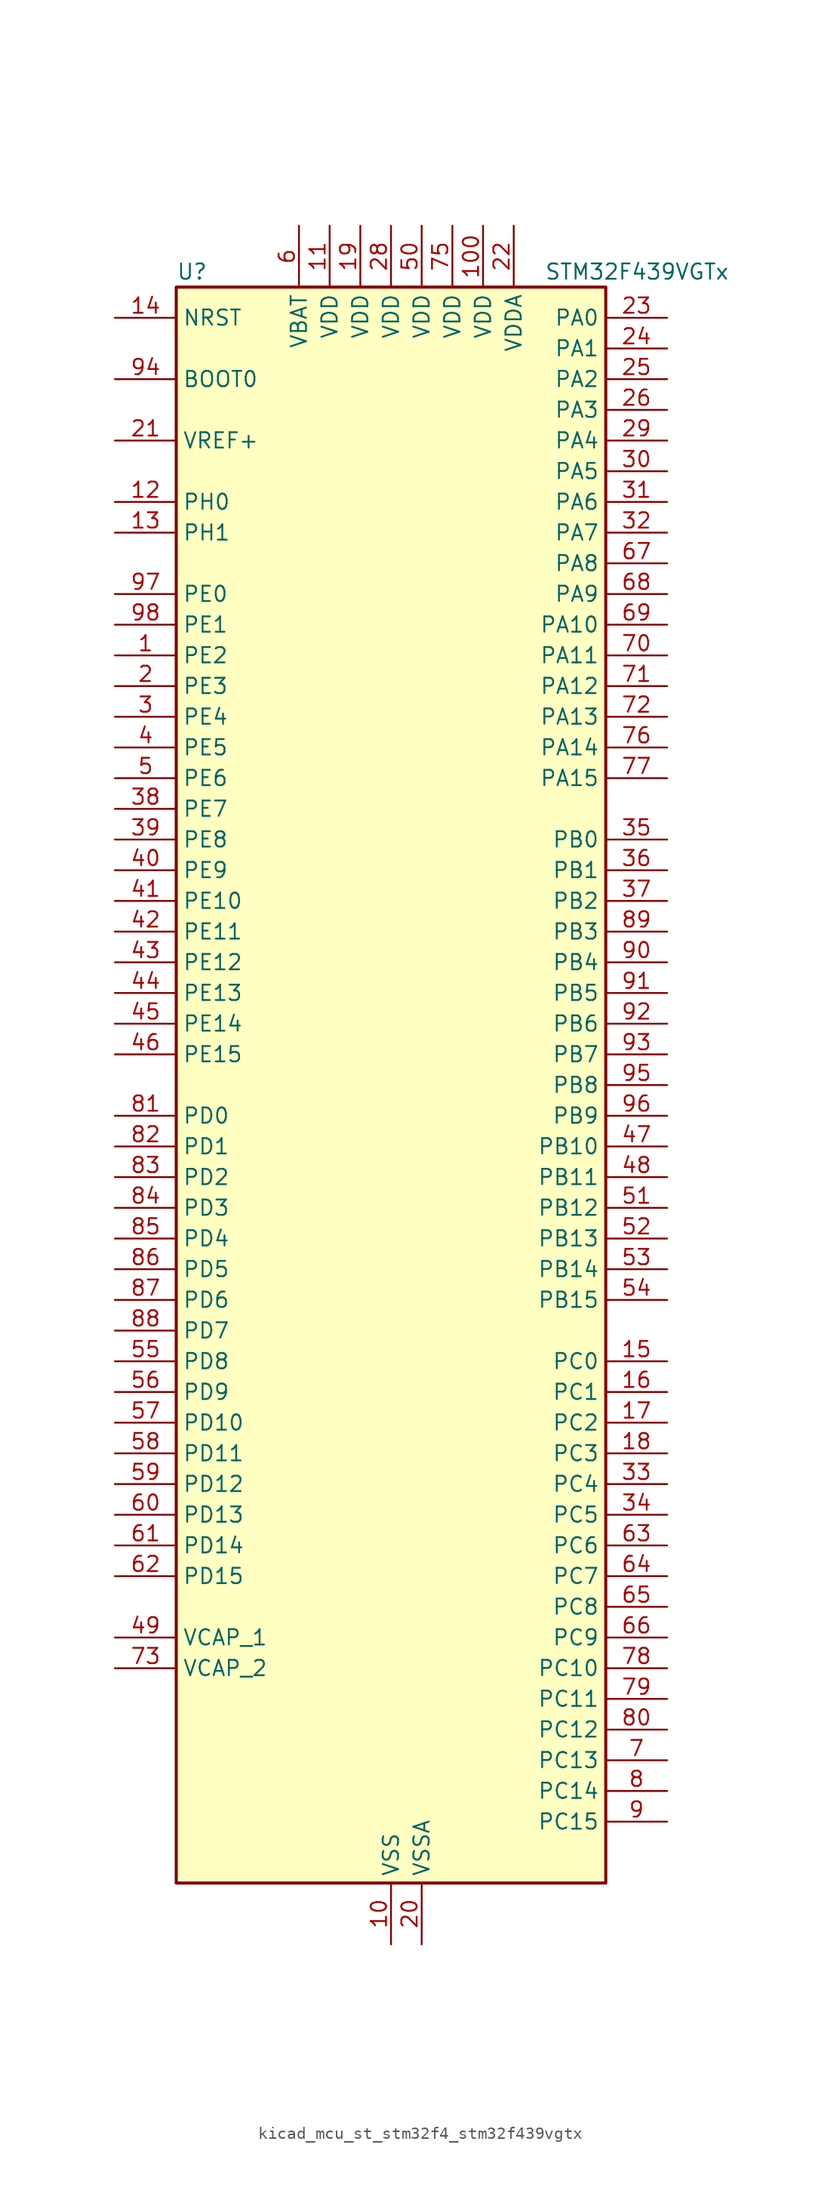
<source format=kicad_sym>
(kicad_symbol_lib
  (version 20220914)
  (generator kicad_symbol_editor)
  (symbol "kicad_mcu_st_stm32f4_stm32f439vgtx"
    (property "Reference" "U"
      (at -17.78 67.31 0)
      (effects (font (size 1.27 1.27)) (justify left)))
    (property "Value" "STM32F439VGTx"
      (at 12.7 67.31 0)
      (effects (font (size 1.27 1.27)) (justify left)))
    (property "ki_locked" ""
      (at 0 0 0)
      (effects (font (size 1.27 1.27))))
    (symbol "kicad_mcu_st_stm32f4_stm32f439vgtx_0_1"
      (rectangle (start -17.78 -66.04) (end 17.78 66.04) (stroke (width 0.254) (type default)) (fill (type background))))
    (symbol "kicad_mcu_st_stm32f4_stm32f439vgtx_1_1"
      (pin bidirectional line (at -22.86 35.56 0) (length 5.08) (name "PE2" (effects (font (size 1.27 1.27)))) (number "1" (effects (font (size 1.27 1.27)))) (alternate "ETH_TXD3" bidirectional line) (alternate "FMC_A23" bidirectional line) (alternate "SAI1_MCLK_A" bidirectional line) (alternate "SPI4_SCK" bidirectional line) (alternate "SYS_TRACECLK" bidirectional line))
      (pin power_in line (at 0 -71.12 90) (length 5.08) (name "VSS" (effects (font (size 1.27 1.27)))) (number "10" (effects (font (size 1.27 1.27)))))
      (pin power_in line (at 7.62 71.12 270) (length 5.08) (name "VDD" (effects (font (size 1.27 1.27)))) (number "100" (effects (font (size 1.27 1.27)))))
      (pin power_in line (at -5.08 71.12 270) (length 5.08) (name "VDD" (effects (font (size 1.27 1.27)))) (number "11" (effects (font (size 1.27 1.27)))))
      (pin bidirectional line (at -22.86 48.26 0) (length 5.08) (name "PH0" (effects (font (size 1.27 1.27)))) (number "12" (effects (font (size 1.27 1.27)))) (alternate "RCC_OSC_IN" bidirectional line))
      (pin bidirectional line (at -22.86 45.72 0) (length 5.08) (name "PH1" (effects (font (size 1.27 1.27)))) (number "13" (effects (font (size 1.27 1.27)))) (alternate "RCC_OSC_OUT" bidirectional line))
      (pin input line (at -22.86 63.5 0) (length 5.08) (name "NRST" (effects (font (size 1.27 1.27)))) (number "14" (effects (font (size 1.27 1.27)))))
      (pin bidirectional line (at 22.86 -22.86 180) (length 5.08) (name "PC0" (effects (font (size 1.27 1.27)))) (number "15" (effects (font (size 1.27 1.27)))) (alternate "ADC1_IN10" bidirectional line) (alternate "ADC2_IN10" bidirectional line) (alternate "ADC3_IN10" bidirectional line) (alternate "USB_OTG_HS_ULPI_STP" bidirectional line))
      (pin bidirectional line (at 22.86 -25.4 180) (length 5.08) (name "PC1" (effects (font (size 1.27 1.27)))) (number "16" (effects (font (size 1.27 1.27)))) (alternate "ADC1_IN11" bidirectional line) (alternate "ADC2_IN11" bidirectional line) (alternate "ADC3_IN11" bidirectional line) (alternate "ETH_MDC" bidirectional line))
      (pin bidirectional line (at 22.86 -27.94 180) (length 5.08) (name "PC2" (effects (font (size 1.27 1.27)))) (number "17" (effects (font (size 1.27 1.27)))) (alternate "ADC1_IN12" bidirectional line) (alternate "ADC2_IN12" bidirectional line) (alternate "ADC3_IN12" bidirectional line) (alternate "ETH_TXD2" bidirectional line) (alternate "I2S2_ext_SD" bidirectional line) (alternate "SPI2_MISO" bidirectional line) (alternate "USB_OTG_HS_ULPI_DIR" bidirectional line))
      (pin bidirectional line (at 22.86 -30.48 180) (length 5.08) (name "PC3" (effects (font (size 1.27 1.27)))) (number "18" (effects (font (size 1.27 1.27)))) (alternate "ADC1_IN13" bidirectional line) (alternate "ADC2_IN13" bidirectional line) (alternate "ADC3_IN13" bidirectional line) (alternate "ETH_TX_CLK" bidirectional line) (alternate "I2S2_SD" bidirectional line) (alternate "SPI2_MOSI" bidirectional line) (alternate "USB_OTG_HS_ULPI_NXT" bidirectional line))
      (pin power_in line (at -2.54 71.12 270) (length 5.08) (name "VDD" (effects (font (size 1.27 1.27)))) (number "19" (effects (font (size 1.27 1.27)))))
      (pin bidirectional line (at -22.86 33.02 0) (length 5.08) (name "PE3" (effects (font (size 1.27 1.27)))) (number "2" (effects (font (size 1.27 1.27)))) (alternate "FMC_A19" bidirectional line) (alternate "SAI1_SD_B" bidirectional line) (alternate "SYS_TRACED0" bidirectional line))
      (pin power_in line (at 2.54 -71.12 90) (length 5.08) (name "VSSA" (effects (font (size 1.27 1.27)))) (number "20" (effects (font (size 1.27 1.27)))))
      (pin input line (at -22.86 53.34 0) (length 5.08) (name "VREF+" (effects (font (size 1.27 1.27)))) (number "21" (effects (font (size 1.27 1.27)))))
      (pin power_in line (at 10.16 71.12 270) (length 5.08) (name "VDDA" (effects (font (size 1.27 1.27)))) (number "22" (effects (font (size 1.27 1.27)))))
      (pin bidirectional line (at 22.86 63.5 180) (length 5.08) (name "PA0" (effects (font (size 1.27 1.27)))) (number "23" (effects (font (size 1.27 1.27)))) (alternate "ADC1_IN0" bidirectional line) (alternate "ADC2_IN0" bidirectional line) (alternate "ADC3_IN0" bidirectional line) (alternate "ETH_CRS" bidirectional line) (alternate "SYS_WKUP" bidirectional line) (alternate "TIM2_CH1" bidirectional line) (alternate "TIM2_ETR" bidirectional line) (alternate "TIM5_CH1" bidirectional line) (alternate "TIM8_ETR" bidirectional line) (alternate "UART4_TX" bidirectional line) (alternate "USART2_CTS" bidirectional line))
      (pin bidirectional line (at 22.86 60.96 180) (length 5.08) (name "PA1" (effects (font (size 1.27 1.27)))) (number "24" (effects (font (size 1.27 1.27)))) (alternate "ADC1_IN1" bidirectional line) (alternate "ADC2_IN1" bidirectional line) (alternate "ADC3_IN1" bidirectional line) (alternate "ETH_REF_CLK" bidirectional line) (alternate "ETH_RX_CLK" bidirectional line) (alternate "TIM2_CH2" bidirectional line) (alternate "TIM5_CH2" bidirectional line) (alternate "UART4_RX" bidirectional line) (alternate "USART2_RTS" bidirectional line))
      (pin bidirectional line (at 22.86 58.42 180) (length 5.08) (name "PA2" (effects (font (size 1.27 1.27)))) (number "25" (effects (font (size 1.27 1.27)))) (alternate "ADC1_IN2" bidirectional line) (alternate "ADC2_IN2" bidirectional line) (alternate "ADC3_IN2" bidirectional line) (alternate "ETH_MDIO" bidirectional line) (alternate "TIM2_CH3" bidirectional line) (alternate "TIM5_CH3" bidirectional line) (alternate "TIM9_CH1" bidirectional line) (alternate "USART2_TX" bidirectional line))
      (pin bidirectional line (at 22.86 55.88 180) (length 5.08) (name "PA3" (effects (font (size 1.27 1.27)))) (number "26" (effects (font (size 1.27 1.27)))) (alternate "ADC1_IN3" bidirectional line) (alternate "ADC2_IN3" bidirectional line) (alternate "ADC3_IN3" bidirectional line) (alternate "ETH_COL" bidirectional line) (alternate "LTDC_B5" bidirectional line) (alternate "TIM2_CH4" bidirectional line) (alternate "TIM5_CH4" bidirectional line) (alternate "TIM9_CH2" bidirectional line) (alternate "USART2_RX" bidirectional line) (alternate "USB_OTG_HS_ULPI_D0" bidirectional line))
      (pin passive line (at 0 -71.12 90) (length 5.08) hide (name "VSS" (effects (font (size 1.27 1.27)))) (number "27" (effects (font (size 1.27 1.27)))))
      (pin power_in line (at 0 71.12 270) (length 5.08) (name "VDD" (effects (font (size 1.27 1.27)))) (number "28" (effects (font (size 1.27 1.27)))))
      (pin bidirectional line (at 22.86 53.34 180) (length 5.08) (name "PA4" (effects (font (size 1.27 1.27)))) (number "29" (effects (font (size 1.27 1.27)))) (alternate "ADC1_IN4" bidirectional line) (alternate "ADC2_IN4" bidirectional line) (alternate "DAC_OUT1" bidirectional line) (alternate "DCMI_HSYNC" bidirectional line) (alternate "I2S3_WS" bidirectional line) (alternate "LTDC_VSYNC" bidirectional line) (alternate "SPI1_NSS" bidirectional line) (alternate "SPI3_NSS" bidirectional line) (alternate "USART2_CK" bidirectional line) (alternate "USB_OTG_HS_SOF" bidirectional line))
      (pin bidirectional line (at -22.86 30.48 0) (length 5.08) (name "PE4" (effects (font (size 1.27 1.27)))) (number "3" (effects (font (size 1.27 1.27)))) (alternate "DCMI_D4" bidirectional line) (alternate "FMC_A20" bidirectional line) (alternate "LTDC_B0" bidirectional line) (alternate "SAI1_FS_A" bidirectional line) (alternate "SPI4_NSS" bidirectional line) (alternate "SYS_TRACED1" bidirectional line))
      (pin bidirectional line (at 22.86 50.8 180) (length 5.08) (name "PA5" (effects (font (size 1.27 1.27)))) (number "30" (effects (font (size 1.27 1.27)))) (alternate "ADC1_IN5" bidirectional line) (alternate "ADC2_IN5" bidirectional line) (alternate "DAC_OUT2" bidirectional line) (alternate "SPI1_SCK" bidirectional line) (alternate "TIM2_CH1" bidirectional line) (alternate "TIM2_ETR" bidirectional line) (alternate "TIM8_CH1N" bidirectional line) (alternate "USB_OTG_HS_ULPI_CK" bidirectional line))
      (pin bidirectional line (at 22.86 48.26 180) (length 5.08) (name "PA6" (effects (font (size 1.27 1.27)))) (number "31" (effects (font (size 1.27 1.27)))) (alternate "ADC1_IN6" bidirectional line) (alternate "ADC2_IN6" bidirectional line) (alternate "DCMI_PIXCLK" bidirectional line) (alternate "LTDC_G2" bidirectional line) (alternate "SPI1_MISO" bidirectional line) (alternate "TIM13_CH1" bidirectional line) (alternate "TIM1_BKIN" bidirectional line) (alternate "TIM3_CH1" bidirectional line) (alternate "TIM8_BKIN" bidirectional line))
      (pin bidirectional line (at 22.86 45.72 180) (length 5.08) (name "PA7" (effects (font (size 1.27 1.27)))) (number "32" (effects (font (size 1.27 1.27)))) (alternate "ADC1_IN7" bidirectional line) (alternate "ADC2_IN7" bidirectional line) (alternate "ETH_CRS_DV" bidirectional line) (alternate "ETH_RX_DV" bidirectional line) (alternate "SPI1_MOSI" bidirectional line) (alternate "TIM14_CH1" bidirectional line) (alternate "TIM1_CH1N" bidirectional line) (alternate "TIM3_CH2" bidirectional line) (alternate "TIM8_CH1N" bidirectional line))
      (pin bidirectional line (at 22.86 -33.02 180) (length 5.08) (name "PC4" (effects (font (size 1.27 1.27)))) (number "33" (effects (font (size 1.27 1.27)))) (alternate "ADC1_IN14" bidirectional line) (alternate "ADC2_IN14" bidirectional line) (alternate "ETH_RXD0" bidirectional line))
      (pin bidirectional line (at 22.86 -35.56 180) (length 5.08) (name "PC5" (effects (font (size 1.27 1.27)))) (number "34" (effects (font (size 1.27 1.27)))) (alternate "ADC1_IN15" bidirectional line) (alternate "ADC2_IN15" bidirectional line) (alternate "ETH_RXD1" bidirectional line))
      (pin bidirectional line (at 22.86 20.32 180) (length 5.08) (name "PB0" (effects (font (size 1.27 1.27)))) (number "35" (effects (font (size 1.27 1.27)))) (alternate "ADC1_IN8" bidirectional line) (alternate "ADC2_IN8" bidirectional line) (alternate "ETH_RXD2" bidirectional line) (alternate "LTDC_R3" bidirectional line) (alternate "TIM1_CH2N" bidirectional line) (alternate "TIM3_CH3" bidirectional line) (alternate "TIM8_CH2N" bidirectional line) (alternate "USB_OTG_HS_ULPI_D1" bidirectional line))
      (pin bidirectional line (at 22.86 17.78 180) (length 5.08) (name "PB1" (effects (font (size 1.27 1.27)))) (number "36" (effects (font (size 1.27 1.27)))) (alternate "ADC1_IN9" bidirectional line) (alternate "ADC2_IN9" bidirectional line) (alternate "ETH_RXD3" bidirectional line) (alternate "LTDC_R6" bidirectional line) (alternate "TIM1_CH3N" bidirectional line) (alternate "TIM3_CH4" bidirectional line) (alternate "TIM8_CH3N" bidirectional line) (alternate "USB_OTG_HS_ULPI_D2" bidirectional line))
      (pin bidirectional line (at 22.86 15.24 180) (length 5.08) (name "PB2" (effects (font (size 1.27 1.27)))) (number "37" (effects (font (size 1.27 1.27)))))
      (pin bidirectional line (at -22.86 22.86 0) (length 5.08) (name "PE7" (effects (font (size 1.27 1.27)))) (number "38" (effects (font (size 1.27 1.27)))) (alternate "FMC_D4" bidirectional line) (alternate "FMC_DA4" bidirectional line) (alternate "TIM1_ETR" bidirectional line) (alternate "UART7_RX" bidirectional line))
      (pin bidirectional line (at -22.86 20.32 0) (length 5.08) (name "PE8" (effects (font (size 1.27 1.27)))) (number "39" (effects (font (size 1.27 1.27)))) (alternate "FMC_D5" bidirectional line) (alternate "FMC_DA5" bidirectional line) (alternate "TIM1_CH1N" bidirectional line) (alternate "UART7_TX" bidirectional line))
      (pin bidirectional line (at -22.86 27.94 0) (length 5.08) (name "PE5" (effects (font (size 1.27 1.27)))) (number "4" (effects (font (size 1.27 1.27)))) (alternate "DCMI_D6" bidirectional line) (alternate "FMC_A21" bidirectional line) (alternate "LTDC_G0" bidirectional line) (alternate "SAI1_SCK_A" bidirectional line) (alternate "SPI4_MISO" bidirectional line) (alternate "SYS_TRACED2" bidirectional line) (alternate "TIM9_CH1" bidirectional line))
      (pin bidirectional line (at -22.86 17.78 0) (length 5.08) (name "PE9" (effects (font (size 1.27 1.27)))) (number "40" (effects (font (size 1.27 1.27)))) (alternate "DAC_EXTI9" bidirectional line) (alternate "FMC_D6" bidirectional line) (alternate "FMC_DA6" bidirectional line) (alternate "TIM1_CH1" bidirectional line))
      (pin bidirectional line (at -22.86 15.24 0) (length 5.08) (name "PE10" (effects (font (size 1.27 1.27)))) (number "41" (effects (font (size 1.27 1.27)))) (alternate "FMC_D7" bidirectional line) (alternate "FMC_DA7" bidirectional line) (alternate "TIM1_CH2N" bidirectional line))
      (pin bidirectional line (at -22.86 12.7 0) (length 5.08) (name "PE11" (effects (font (size 1.27 1.27)))) (number "42" (effects (font (size 1.27 1.27)))) (alternate "ADC1_EXTI11" bidirectional line) (alternate "ADC2_EXTI11" bidirectional line) (alternate "ADC3_EXTI11" bidirectional line) (alternate "FMC_D8" bidirectional line) (alternate "FMC_DA8" bidirectional line) (alternate "LTDC_G3" bidirectional line) (alternate "SPI4_NSS" bidirectional line) (alternate "TIM1_CH2" bidirectional line))
      (pin bidirectional line (at -22.86 10.16 0) (length 5.08) (name "PE12" (effects (font (size 1.27 1.27)))) (number "43" (effects (font (size 1.27 1.27)))) (alternate "FMC_D9" bidirectional line) (alternate "FMC_DA9" bidirectional line) (alternate "LTDC_B4" bidirectional line) (alternate "SPI4_SCK" bidirectional line) (alternate "TIM1_CH3N" bidirectional line))
      (pin bidirectional line (at -22.86 7.62 0) (length 5.08) (name "PE13" (effects (font (size 1.27 1.27)))) (number "44" (effects (font (size 1.27 1.27)))) (alternate "FMC_D10" bidirectional line) (alternate "FMC_DA10" bidirectional line) (alternate "LTDC_DE" bidirectional line) (alternate "SPI4_MISO" bidirectional line) (alternate "TIM1_CH3" bidirectional line))
      (pin bidirectional line (at -22.86 5.08 0) (length 5.08) (name "PE14" (effects (font (size 1.27 1.27)))) (number "45" (effects (font (size 1.27 1.27)))) (alternate "FMC_D11" bidirectional line) (alternate "FMC_DA11" bidirectional line) (alternate "LTDC_CLK" bidirectional line) (alternate "SPI4_MOSI" bidirectional line) (alternate "TIM1_CH4" bidirectional line))
      (pin bidirectional line (at -22.86 2.54 0) (length 5.08) (name "PE15" (effects (font (size 1.27 1.27)))) (number "46" (effects (font (size 1.27 1.27)))) (alternate "ADC1_EXTI15" bidirectional line) (alternate "ADC2_EXTI15" bidirectional line) (alternate "ADC3_EXTI15" bidirectional line) (alternate "FMC_D12" bidirectional line) (alternate "FMC_DA12" bidirectional line) (alternate "LTDC_R7" bidirectional line) (alternate "TIM1_BKIN" bidirectional line))
      (pin bidirectional line (at 22.86 -5.08 180) (length 5.08) (name "PB10" (effects (font (size 1.27 1.27)))) (number "47" (effects (font (size 1.27 1.27)))) (alternate "ETH_RX_ER" bidirectional line) (alternate "I2C2_SCL" bidirectional line) (alternate "I2S2_CK" bidirectional line) (alternate "LTDC_G4" bidirectional line) (alternate "SPI2_SCK" bidirectional line) (alternate "TIM2_CH3" bidirectional line) (alternate "USART3_TX" bidirectional line) (alternate "USB_OTG_HS_ULPI_D3" bidirectional line))
      (pin bidirectional line (at 22.86 -7.62 180) (length 5.08) (name "PB11" (effects (font (size 1.27 1.27)))) (number "48" (effects (font (size 1.27 1.27)))) (alternate "ADC1_EXTI11" bidirectional line) (alternate "ADC2_EXTI11" bidirectional line) (alternate "ADC3_EXTI11" bidirectional line) (alternate "ETH_TX_EN" bidirectional line) (alternate "I2C2_SDA" bidirectional line) (alternate "LTDC_G5" bidirectional line) (alternate "TIM2_CH4" bidirectional line) (alternate "USART3_RX" bidirectional line) (alternate "USB_OTG_HS_ULPI_D4" bidirectional line))
      (pin power_out line (at -22.86 -45.72 0) (length 5.08) (name "VCAP_1" (effects (font (size 1.27 1.27)))) (number "49" (effects (font (size 1.27 1.27)))))
      (pin bidirectional line (at -22.86 25.4 0) (length 5.08) (name "PE6" (effects (font (size 1.27 1.27)))) (number "5" (effects (font (size 1.27 1.27)))) (alternate "DCMI_D7" bidirectional line) (alternate "FMC_A22" bidirectional line) (alternate "LTDC_G1" bidirectional line) (alternate "SAI1_SD_A" bidirectional line) (alternate "SPI4_MOSI" bidirectional line) (alternate "SYS_TRACED3" bidirectional line) (alternate "TIM9_CH2" bidirectional line))
      (pin power_in line (at 2.54 71.12 270) (length 5.08) (name "VDD" (effects (font (size 1.27 1.27)))) (number "50" (effects (font (size 1.27 1.27)))))
      (pin bidirectional line (at 22.86 -10.16 180) (length 5.08) (name "PB12" (effects (font (size 1.27 1.27)))) (number "51" (effects (font (size 1.27 1.27)))) (alternate "CAN2_RX" bidirectional line) (alternate "ETH_TXD0" bidirectional line) (alternate "I2C2_SMBA" bidirectional line) (alternate "I2S2_WS" bidirectional line) (alternate "SPI2_NSS" bidirectional line) (alternate "TIM1_BKIN" bidirectional line) (alternate "USART3_CK" bidirectional line) (alternate "USB_OTG_HS_ID" bidirectional line) (alternate "USB_OTG_HS_ULPI_D5" bidirectional line))
      (pin bidirectional line (at 22.86 -12.7 180) (length 5.08) (name "PB13" (effects (font (size 1.27 1.27)))) (number "52" (effects (font (size 1.27 1.27)))) (alternate "CAN2_TX" bidirectional line) (alternate "ETH_TXD1" bidirectional line) (alternate "I2S2_CK" bidirectional line) (alternate "SPI2_SCK" bidirectional line) (alternate "TIM1_CH1N" bidirectional line) (alternate "USART3_CTS" bidirectional line) (alternate "USB_OTG_HS_ULPI_D6" bidirectional line) (alternate "USB_OTG_HS_VBUS" bidirectional line))
      (pin bidirectional line (at 22.86 -15.24 180) (length 5.08) (name "PB14" (effects (font (size 1.27 1.27)))) (number "53" (effects (font (size 1.27 1.27)))) (alternate "I2S2_ext_SD" bidirectional line) (alternate "SPI2_MISO" bidirectional line) (alternate "TIM12_CH1" bidirectional line) (alternate "TIM1_CH2N" bidirectional line) (alternate "TIM8_CH2N" bidirectional line) (alternate "USART3_RTS" bidirectional line) (alternate "USB_OTG_HS_DM" bidirectional line))
      (pin bidirectional line (at 22.86 -17.78 180) (length 5.08) (name "PB15" (effects (font (size 1.27 1.27)))) (number "54" (effects (font (size 1.27 1.27)))) (alternate "ADC1_EXTI15" bidirectional line) (alternate "ADC2_EXTI15" bidirectional line) (alternate "ADC3_EXTI15" bidirectional line) (alternate "I2S2_SD" bidirectional line) (alternate "RTC_REFIN" bidirectional line) (alternate "SPI2_MOSI" bidirectional line) (alternate "TIM12_CH2" bidirectional line) (alternate "TIM1_CH3N" bidirectional line) (alternate "TIM8_CH3N" bidirectional line) (alternate "USB_OTG_HS_DP" bidirectional line))
      (pin bidirectional line (at -22.86 -22.86 0) (length 5.08) (name "PD8" (effects (font (size 1.27 1.27)))) (number "55" (effects (font (size 1.27 1.27)))) (alternate "FMC_D13" bidirectional line) (alternate "FMC_DA13" bidirectional line) (alternate "USART3_TX" bidirectional line))
      (pin bidirectional line (at -22.86 -25.4 0) (length 5.08) (name "PD9" (effects (font (size 1.27 1.27)))) (number "56" (effects (font (size 1.27 1.27)))) (alternate "DAC_EXTI9" bidirectional line) (alternate "FMC_D14" bidirectional line) (alternate "FMC_DA14" bidirectional line) (alternate "USART3_RX" bidirectional line))
      (pin bidirectional line (at -22.86 -27.94 0) (length 5.08) (name "PD10" (effects (font (size 1.27 1.27)))) (number "57" (effects (font (size 1.27 1.27)))) (alternate "FMC_D15" bidirectional line) (alternate "FMC_DA15" bidirectional line) (alternate "LTDC_B3" bidirectional line) (alternate "USART3_CK" bidirectional line))
      (pin bidirectional line (at -22.86 -30.48 0) (length 5.08) (name "PD11" (effects (font (size 1.27 1.27)))) (number "58" (effects (font (size 1.27 1.27)))) (alternate "ADC1_EXTI11" bidirectional line) (alternate "ADC2_EXTI11" bidirectional line) (alternate "ADC3_EXTI11" bidirectional line) (alternate "FMC_A16" bidirectional line) (alternate "FMC_CLE" bidirectional line) (alternate "USART3_CTS" bidirectional line))
      (pin bidirectional line (at -22.86 -33.02 0) (length 5.08) (name "PD12" (effects (font (size 1.27 1.27)))) (number "59" (effects (font (size 1.27 1.27)))) (alternate "FMC_A17" bidirectional line) (alternate "FMC_ALE" bidirectional line) (alternate "TIM4_CH1" bidirectional line) (alternate "USART3_RTS" bidirectional line))
      (pin power_in line (at -7.62 71.12 270) (length 5.08) (name "VBAT" (effects (font (size 1.27 1.27)))) (number "6" (effects (font (size 1.27 1.27)))))
      (pin bidirectional line (at -22.86 -35.56 0) (length 5.08) (name "PD13" (effects (font (size 1.27 1.27)))) (number "60" (effects (font (size 1.27 1.27)))) (alternate "FMC_A18" bidirectional line) (alternate "TIM4_CH2" bidirectional line))
      (pin bidirectional line (at -22.86 -38.1 0) (length 5.08) (name "PD14" (effects (font (size 1.27 1.27)))) (number "61" (effects (font (size 1.27 1.27)))) (alternate "FMC_D0" bidirectional line) (alternate "FMC_DA0" bidirectional line) (alternate "TIM4_CH3" bidirectional line))
      (pin bidirectional line (at -22.86 -40.64 0) (length 5.08) (name "PD15" (effects (font (size 1.27 1.27)))) (number "62" (effects (font (size 1.27 1.27)))) (alternate "ADC1_EXTI15" bidirectional line) (alternate "ADC2_EXTI15" bidirectional line) (alternate "ADC3_EXTI15" bidirectional line) (alternate "FMC_D1" bidirectional line) (alternate "FMC_DA1" bidirectional line) (alternate "TIM4_CH4" bidirectional line))
      (pin bidirectional line (at 22.86 -38.1 180) (length 5.08) (name "PC6" (effects (font (size 1.27 1.27)))) (number "63" (effects (font (size 1.27 1.27)))) (alternate "DCMI_D0" bidirectional line) (alternate "I2S2_MCK" bidirectional line) (alternate "LTDC_HSYNC" bidirectional line) (alternate "SDIO_D6" bidirectional line) (alternate "TIM3_CH1" bidirectional line) (alternate "TIM8_CH1" bidirectional line) (alternate "USART6_TX" bidirectional line))
      (pin bidirectional line (at 22.86 -40.64 180) (length 5.08) (name "PC7" (effects (font (size 1.27 1.27)))) (number "64" (effects (font (size 1.27 1.27)))) (alternate "DCMI_D1" bidirectional line) (alternate "I2S3_MCK" bidirectional line) (alternate "LTDC_G6" bidirectional line) (alternate "SDIO_D7" bidirectional line) (alternate "TIM3_CH2" bidirectional line) (alternate "TIM8_CH2" bidirectional line) (alternate "USART6_RX" bidirectional line))
      (pin bidirectional line (at 22.86 -43.18 180) (length 5.08) (name "PC8" (effects (font (size 1.27 1.27)))) (number "65" (effects (font (size 1.27 1.27)))) (alternate "DCMI_D2" bidirectional line) (alternate "SDIO_D0" bidirectional line) (alternate "TIM3_CH3" bidirectional line) (alternate "TIM8_CH3" bidirectional line) (alternate "USART6_CK" bidirectional line))
      (pin bidirectional line (at 22.86 -45.72 180) (length 5.08) (name "PC9" (effects (font (size 1.27 1.27)))) (number "66" (effects (font (size 1.27 1.27)))) (alternate "DAC_EXTI9" bidirectional line) (alternate "DCMI_D3" bidirectional line) (alternate "I2C3_SDA" bidirectional line) (alternate "I2S_CKIN" bidirectional line) (alternate "RCC_MCO_2" bidirectional line) (alternate "SDIO_D1" bidirectional line) (alternate "TIM3_CH4" bidirectional line) (alternate "TIM8_CH4" bidirectional line))
      (pin bidirectional line (at 22.86 43.18 180) (length 5.08) (name "PA8" (effects (font (size 1.27 1.27)))) (number "67" (effects (font (size 1.27 1.27)))) (alternate "I2C3_SCL" bidirectional line) (alternate "LTDC_R6" bidirectional line) (alternate "RCC_MCO_1" bidirectional line) (alternate "TIM1_CH1" bidirectional line) (alternate "USART1_CK" bidirectional line) (alternate "USB_OTG_FS_SOF" bidirectional line))
      (pin bidirectional line (at 22.86 40.64 180) (length 5.08) (name "PA9" (effects (font (size 1.27 1.27)))) (number "68" (effects (font (size 1.27 1.27)))) (alternate "DAC_EXTI9" bidirectional line) (alternate "DCMI_D0" bidirectional line) (alternate "I2C3_SMBA" bidirectional line) (alternate "TIM1_CH2" bidirectional line) (alternate "USART1_TX" bidirectional line) (alternate "USB_OTG_FS_VBUS" bidirectional line))
      (pin bidirectional line (at 22.86 38.1 180) (length 5.08) (name "PA10" (effects (font (size 1.27 1.27)))) (number "69" (effects (font (size 1.27 1.27)))) (alternate "DCMI_D1" bidirectional line) (alternate "TIM1_CH3" bidirectional line) (alternate "USART1_RX" bidirectional line) (alternate "USB_OTG_FS_ID" bidirectional line))
      (pin bidirectional line (at 22.86 -55.88 180) (length 5.08) (name "PC13" (effects (font (size 1.27 1.27)))) (number "7" (effects (font (size 1.27 1.27)))) (alternate "RTC_AF1" bidirectional line))
      (pin bidirectional line (at 22.86 35.56 180) (length 5.08) (name "PA11" (effects (font (size 1.27 1.27)))) (number "70" (effects (font (size 1.27 1.27)))) (alternate "ADC1_EXTI11" bidirectional line) (alternate "ADC2_EXTI11" bidirectional line) (alternate "ADC3_EXTI11" bidirectional line) (alternate "CAN1_RX" bidirectional line) (alternate "LTDC_R4" bidirectional line) (alternate "TIM1_CH4" bidirectional line) (alternate "USART1_CTS" bidirectional line) (alternate "USB_OTG_FS_DM" bidirectional line))
      (pin bidirectional line (at 22.86 33.02 180) (length 5.08) (name "PA12" (effects (font (size 1.27 1.27)))) (number "71" (effects (font (size 1.27 1.27)))) (alternate "CAN1_TX" bidirectional line) (alternate "LTDC_R5" bidirectional line) (alternate "TIM1_ETR" bidirectional line) (alternate "USART1_RTS" bidirectional line) (alternate "USB_OTG_FS_DP" bidirectional line))
      (pin bidirectional line (at 22.86 30.48 180) (length 5.08) (name "PA13" (effects (font (size 1.27 1.27)))) (number "72" (effects (font (size 1.27 1.27)))) (alternate "SYS_JTMS-SWDIO" bidirectional line))
      (pin power_out line (at -22.86 -48.26 0) (length 5.08) (name "VCAP_2" (effects (font (size 1.27 1.27)))) (number "73" (effects (font (size 1.27 1.27)))))
      (pin passive line (at 0 -71.12 90) (length 5.08) hide (name "VSS" (effects (font (size 1.27 1.27)))) (number "74" (effects (font (size 1.27 1.27)))))
      (pin power_in line (at 5.08 71.12 270) (length 5.08) (name "VDD" (effects (font (size 1.27 1.27)))) (number "75" (effects (font (size 1.27 1.27)))))
      (pin bidirectional line (at 22.86 27.94 180) (length 5.08) (name "PA14" (effects (font (size 1.27 1.27)))) (number "76" (effects (font (size 1.27 1.27)))) (alternate "SYS_JTCK-SWCLK" bidirectional line))
      (pin bidirectional line (at 22.86 25.4 180) (length 5.08) (name "PA15" (effects (font (size 1.27 1.27)))) (number "77" (effects (font (size 1.27 1.27)))) (alternate "ADC1_EXTI15" bidirectional line) (alternate "ADC2_EXTI15" bidirectional line) (alternate "ADC3_EXTI15" bidirectional line) (alternate "I2S3_WS" bidirectional line) (alternate "SPI1_NSS" bidirectional line) (alternate "SPI3_NSS" bidirectional line) (alternate "SYS_JTDI" bidirectional line) (alternate "TIM2_CH1" bidirectional line) (alternate "TIM2_ETR" bidirectional line))
      (pin bidirectional line (at 22.86 -48.26 180) (length 5.08) (name "PC10" (effects (font (size 1.27 1.27)))) (number "78" (effects (font (size 1.27 1.27)))) (alternate "DCMI_D8" bidirectional line) (alternate "I2S3_CK" bidirectional line) (alternate "LTDC_R2" bidirectional line) (alternate "SDIO_D2" bidirectional line) (alternate "SPI3_SCK" bidirectional line) (alternate "UART4_TX" bidirectional line) (alternate "USART3_TX" bidirectional line))
      (pin bidirectional line (at 22.86 -50.8 180) (length 5.08) (name "PC11" (effects (font (size 1.27 1.27)))) (number "79" (effects (font (size 1.27 1.27)))) (alternate "ADC1_EXTI11" bidirectional line) (alternate "ADC2_EXTI11" bidirectional line) (alternate "ADC3_EXTI11" bidirectional line) (alternate "DCMI_D4" bidirectional line) (alternate "I2S3_ext_SD" bidirectional line) (alternate "SDIO_D3" bidirectional line) (alternate "SPI3_MISO" bidirectional line) (alternate "UART4_RX" bidirectional line) (alternate "USART3_RX" bidirectional line))
      (pin bidirectional line (at 22.86 -58.42 180) (length 5.08) (name "PC14" (effects (font (size 1.27 1.27)))) (number "8" (effects (font (size 1.27 1.27)))) (alternate "RCC_OSC32_IN" bidirectional line))
      (pin bidirectional line (at 22.86 -53.34 180) (length 5.08) (name "PC12" (effects (font (size 1.27 1.27)))) (number "80" (effects (font (size 1.27 1.27)))) (alternate "DCMI_D9" bidirectional line) (alternate "I2S3_SD" bidirectional line) (alternate "SDIO_CK" bidirectional line) (alternate "SPI3_MOSI" bidirectional line) (alternate "UART5_TX" bidirectional line) (alternate "USART3_CK" bidirectional line))
      (pin bidirectional line (at -22.86 -2.54 0) (length 5.08) (name "PD0" (effects (font (size 1.27 1.27)))) (number "81" (effects (font (size 1.27 1.27)))) (alternate "CAN1_RX" bidirectional line) (alternate "FMC_D2" bidirectional line) (alternate "FMC_DA2" bidirectional line))
      (pin bidirectional line (at -22.86 -5.08 0) (length 5.08) (name "PD1" (effects (font (size 1.27 1.27)))) (number "82" (effects (font (size 1.27 1.27)))) (alternate "CAN1_TX" bidirectional line) (alternate "FMC_D3" bidirectional line) (alternate "FMC_DA3" bidirectional line))
      (pin bidirectional line (at -22.86 -7.62 0) (length 5.08) (name "PD2" (effects (font (size 1.27 1.27)))) (number "83" (effects (font (size 1.27 1.27)))) (alternate "DCMI_D11" bidirectional line) (alternate "SDIO_CMD" bidirectional line) (alternate "TIM3_ETR" bidirectional line) (alternate "UART5_RX" bidirectional line))
      (pin bidirectional line (at -22.86 -10.16 0) (length 5.08) (name "PD3" (effects (font (size 1.27 1.27)))) (number "84" (effects (font (size 1.27 1.27)))) (alternate "DCMI_D5" bidirectional line) (alternate "FMC_CLK" bidirectional line) (alternate "I2S2_CK" bidirectional line) (alternate "LTDC_G7" bidirectional line) (alternate "SPI2_SCK" bidirectional line) (alternate "USART2_CTS" bidirectional line))
      (pin bidirectional line (at -22.86 -12.7 0) (length 5.08) (name "PD4" (effects (font (size 1.27 1.27)))) (number "85" (effects (font (size 1.27 1.27)))) (alternate "FMC_NOE" bidirectional line) (alternate "USART2_RTS" bidirectional line))
      (pin bidirectional line (at -22.86 -15.24 0) (length 5.08) (name "PD5" (effects (font (size 1.27 1.27)))) (number "86" (effects (font (size 1.27 1.27)))) (alternate "FMC_NWE" bidirectional line) (alternate "USART2_TX" bidirectional line))
      (pin bidirectional line (at -22.86 -17.78 0) (length 5.08) (name "PD6" (effects (font (size 1.27 1.27)))) (number "87" (effects (font (size 1.27 1.27)))) (alternate "DCMI_D10" bidirectional line) (alternate "FMC_NWAIT" bidirectional line) (alternate "I2S3_SD" bidirectional line) (alternate "LTDC_B2" bidirectional line) (alternate "SAI1_SD_A" bidirectional line) (alternate "SPI3_MOSI" bidirectional line) (alternate "USART2_RX" bidirectional line))
      (pin bidirectional line (at -22.86 -20.32 0) (length 5.08) (name "PD7" (effects (font (size 1.27 1.27)))) (number "88" (effects (font (size 1.27 1.27)))) (alternate "FMC_NCE2" bidirectional line) (alternate "FMC_NE1" bidirectional line) (alternate "USART2_CK" bidirectional line))
      (pin bidirectional line (at 22.86 12.7 180) (length 5.08) (name "PB3" (effects (font (size 1.27 1.27)))) (number "89" (effects (font (size 1.27 1.27)))) (alternate "I2S3_CK" bidirectional line) (alternate "SPI1_SCK" bidirectional line) (alternate "SPI3_SCK" bidirectional line) (alternate "SYS_JTDO-SWO" bidirectional line) (alternate "TIM2_CH2" bidirectional line))
      (pin bidirectional line (at 22.86 -60.96 180) (length 5.08) (name "PC15" (effects (font (size 1.27 1.27)))) (number "9" (effects (font (size 1.27 1.27)))) (alternate "ADC1_EXTI15" bidirectional line) (alternate "ADC2_EXTI15" bidirectional line) (alternate "ADC3_EXTI15" bidirectional line) (alternate "RCC_OSC32_OUT" bidirectional line))
      (pin bidirectional line (at 22.86 10.16 180) (length 5.08) (name "PB4" (effects (font (size 1.27 1.27)))) (number "90" (effects (font (size 1.27 1.27)))) (alternate "I2S3_ext_SD" bidirectional line) (alternate "SPI1_MISO" bidirectional line) (alternate "SPI3_MISO" bidirectional line) (alternate "SYS_JTRST" bidirectional line) (alternate "TIM3_CH1" bidirectional line))
      (pin bidirectional line (at 22.86 7.62 180) (length 5.08) (name "PB5" (effects (font (size 1.27 1.27)))) (number "91" (effects (font (size 1.27 1.27)))) (alternate "CAN2_RX" bidirectional line) (alternate "DCMI_D10" bidirectional line) (alternate "ETH_PPS_OUT" bidirectional line) (alternate "I2C1_SMBA" bidirectional line) (alternate "I2S3_SD" bidirectional line) (alternate "SPI1_MOSI" bidirectional line) (alternate "SPI3_MOSI" bidirectional line) (alternate "TIM3_CH2" bidirectional line) (alternate "USB_OTG_HS_ULPI_D7" bidirectional line))
      (pin bidirectional line (at 22.86 5.08 180) (length 5.08) (name "PB6" (effects (font (size 1.27 1.27)))) (number "92" (effects (font (size 1.27 1.27)))) (alternate "CAN2_TX" bidirectional line) (alternate "DCMI_D5" bidirectional line) (alternate "I2C1_SCL" bidirectional line) (alternate "TIM4_CH1" bidirectional line) (alternate "USART1_TX" bidirectional line))
      (pin bidirectional line (at 22.86 2.54 180) (length 5.08) (name "PB7" (effects (font (size 1.27 1.27)))) (number "93" (effects (font (size 1.27 1.27)))) (alternate "DCMI_VSYNC" bidirectional line) (alternate "FMC_NL" bidirectional line) (alternate "I2C1_SDA" bidirectional line) (alternate "TIM4_CH2" bidirectional line) (alternate "USART1_RX" bidirectional line))
      (pin input line (at -22.86 58.42 0) (length 5.08) (name "BOOT0" (effects (font (size 1.27 1.27)))) (number "94" (effects (font (size 1.27 1.27)))))
      (pin bidirectional line (at 22.86 0 180) (length 5.08) (name "PB8" (effects (font (size 1.27 1.27)))) (number "95" (effects (font (size 1.27 1.27)))) (alternate "CAN1_RX" bidirectional line) (alternate "DCMI_D6" bidirectional line) (alternate "ETH_TXD3" bidirectional line) (alternate "I2C1_SCL" bidirectional line) (alternate "LTDC_B6" bidirectional line) (alternate "SDIO_D4" bidirectional line) (alternate "TIM10_CH1" bidirectional line) (alternate "TIM4_CH3" bidirectional line))
      (pin bidirectional line (at 22.86 -2.54 180) (length 5.08) (name "PB9" (effects (font (size 1.27 1.27)))) (number "96" (effects (font (size 1.27 1.27)))) (alternate "CAN1_TX" bidirectional line) (alternate "DAC_EXTI9" bidirectional line) (alternate "DCMI_D7" bidirectional line) (alternate "I2C1_SDA" bidirectional line) (alternate "I2S2_WS" bidirectional line) (alternate "LTDC_B7" bidirectional line) (alternate "SDIO_D5" bidirectional line) (alternate "SPI2_NSS" bidirectional line) (alternate "TIM11_CH1" bidirectional line) (alternate "TIM4_CH4" bidirectional line))
      (pin bidirectional line (at -22.86 40.64 0) (length 5.08) (name "PE0" (effects (font (size 1.27 1.27)))) (number "97" (effects (font (size 1.27 1.27)))) (alternate "DCMI_D2" bidirectional line) (alternate "FMC_NBL0" bidirectional line) (alternate "TIM4_ETR" bidirectional line) (alternate "UART8_RX" bidirectional line))
      (pin bidirectional line (at -22.86 38.1 0) (length 5.08) (name "PE1" (effects (font (size 1.27 1.27)))) (number "98" (effects (font (size 1.27 1.27)))) (alternate "DCMI_D3" bidirectional line) (alternate "FMC_NBL1" bidirectional line) (alternate "UART8_TX" bidirectional line))
      (pin passive line (at 0 -71.12 90) (length 5.08) hide (name "VSS" (effects (font (size 1.27 1.27)))) (number "99" (effects (font (size 1.27 1.27))))))))
</source>
